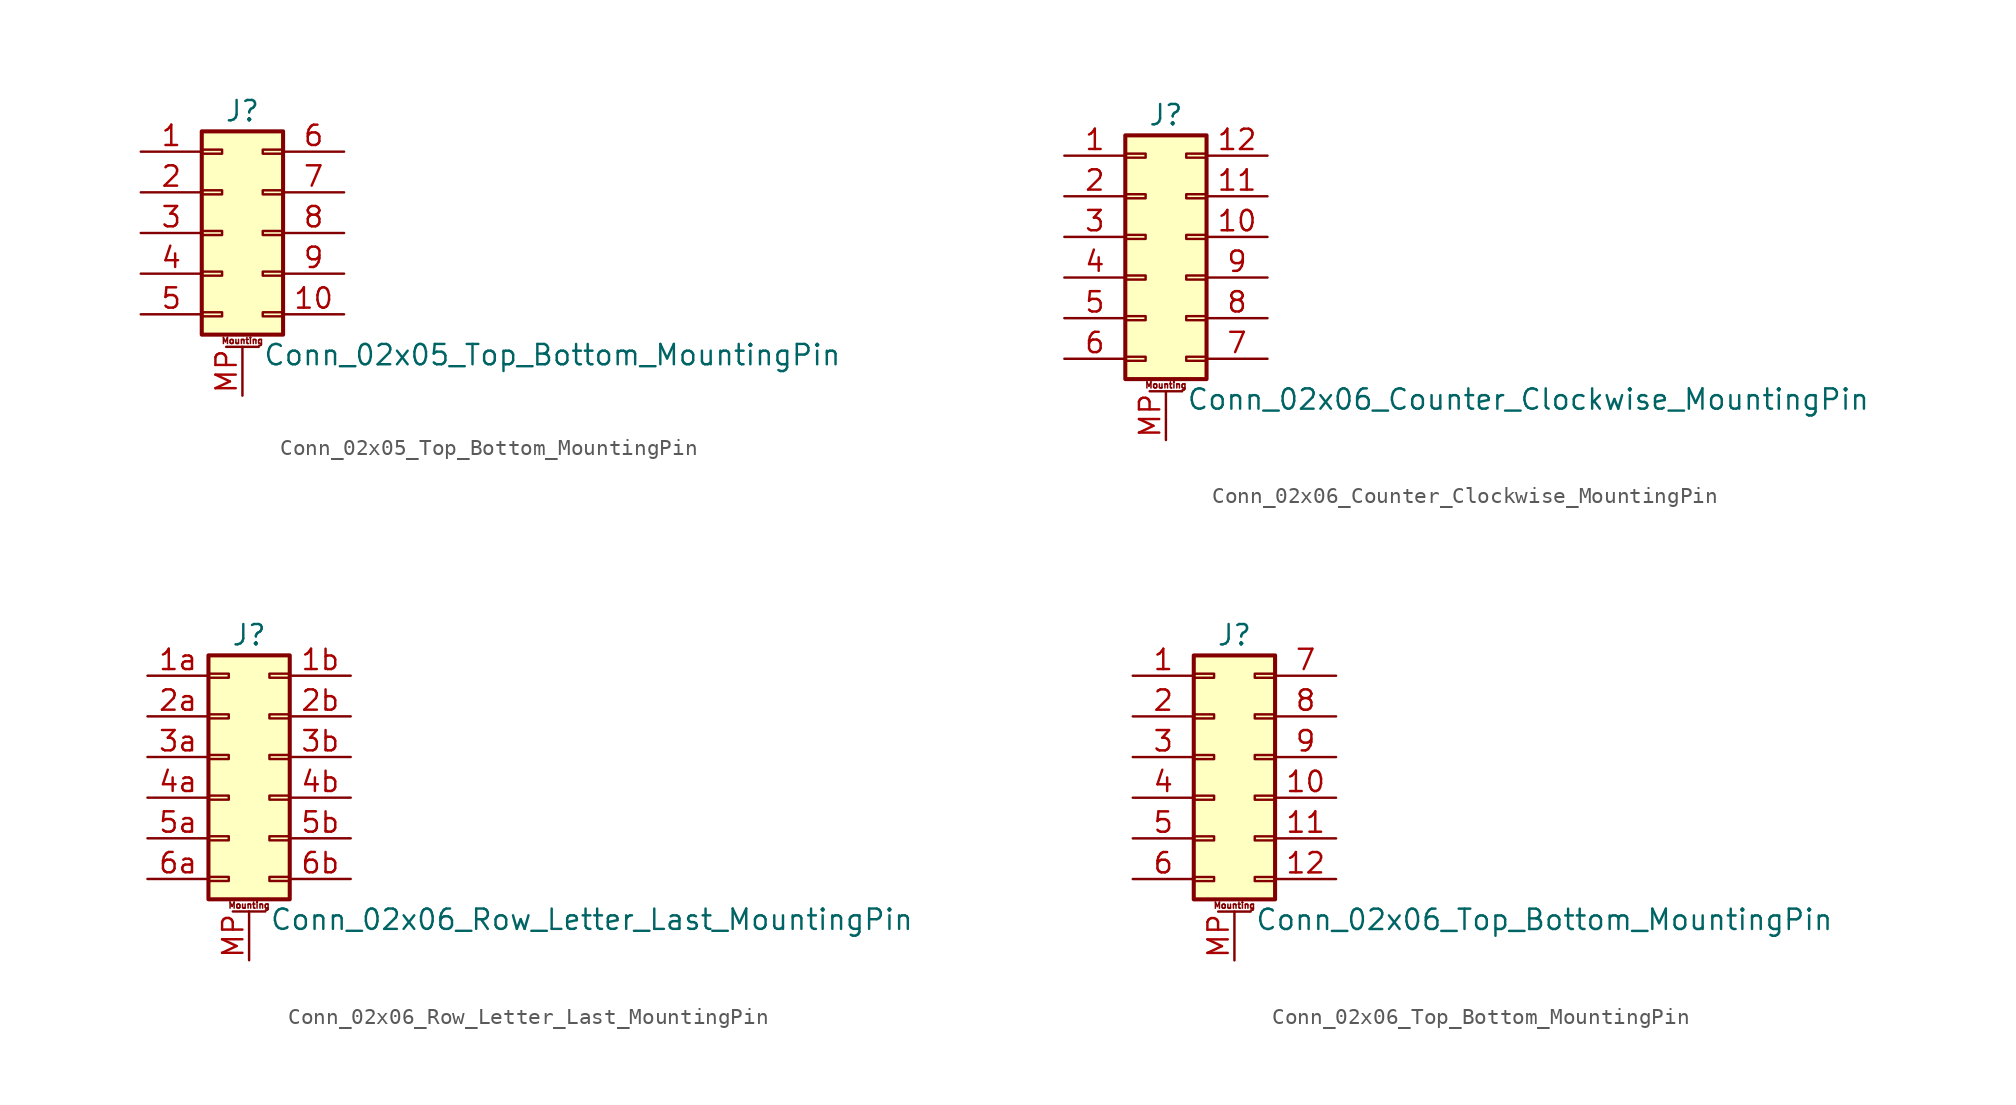
<source format=kicad_sym>
(kicad_symbol_lib
  (version 20201005)
  (generator kicad_symbol_editor)
  (symbol "Conn_02x05_Top_Bottom_MountingPin"
    (pin_names
      (offset 1.016) hide)
    (property "Reference" "J"
      (at 1.27 7.62 0)
      (effects (font (size 1.27 1.27))))
    (property "Value" "Conn_02x05_Top_Bottom_MountingPin"
      (at 2.54 -7.62 0)
      (effects (font (size 1.27 1.27)) (justify left)))
    (symbol "Conn_02x05_Top_Bottom_MountingPin_1_1"
      (text "Mounting" (at 1.27 -6.731 0) (effects (font (size 0.381 0.381))))
      (rectangle (start -1.27 -4.953) (end 0 -5.207) (stroke (width 0.152)) (fill (type none)))
      (rectangle (start -1.27 -2.413) (end 0 -2.667) (stroke (width 0.152)) (fill (type none)))
      (rectangle (start -1.27 0.127) (end 0 -0.127) (stroke (width 0.152)) (fill (type none)))
      (rectangle (start -1.27 2.667) (end 0 2.413) (stroke (width 0.152)) (fill (type none)))
      (rectangle (start -1.27 5.207) (end 0 4.953) (stroke (width 0.152)) (fill (type none)))
      (rectangle (start 3.81 -4.953) (end 2.54 -5.207) (stroke (width 0.152)) (fill (type none)))
      (rectangle (start 3.81 -2.413) (end 2.54 -2.667) (stroke (width 0.152)) (fill (type none)))
      (rectangle (start 3.81 0.127) (end 2.54 -0.127) (stroke (width 0.152)) (fill (type none)))
      (rectangle (start 3.81 2.667) (end 2.54 2.413) (stroke (width 0.152)) (fill (type none)))
      (rectangle (start 3.81 5.207) (end 2.54 4.953) (stroke (width 0.152)) (fill (type none)))
      (rectangle (start -1.27 6.35) (end 3.81 -6.35) (stroke (width 0.254)) (fill (type background)))
      (polyline (pts (xy 0.254 -7.112) (xy 2.286 -7.112)) (stroke (width 0.152)) (fill (type none)))
      (pin passive line (at -5.08 5.08 0) (length 3.81) (name "Pin_1" (effects (font (size 1.27 1.27)))) (number "1" (effects (font (size 1.27 1.27)))))
      (pin passive line (at 7.62 -5.08 180) (length 3.81) (name "Pin_10" (effects (font (size 1.27 1.27)))) (number "10" (effects (font (size 1.27 1.27)))))
      (pin passive line (at -5.08 2.54 0) (length 3.81) (name "Pin_2" (effects (font (size 1.27 1.27)))) (number "2" (effects (font (size 1.27 1.27)))))
      (pin passive line (at -5.08 0 0) (length 3.81) (name "Pin_3" (effects (font (size 1.27 1.27)))) (number "3" (effects (font (size 1.27 1.27)))))
      (pin passive line (at -5.08 -2.54 0) (length 3.81) (name "Pin_4" (effects (font (size 1.27 1.27)))) (number "4" (effects (font (size 1.27 1.27)))))
      (pin passive line (at -5.08 -5.08 0) (length 3.81) (name "Pin_5" (effects (font (size 1.27 1.27)))) (number "5" (effects (font (size 1.27 1.27)))))
      (pin passive line (at 7.62 5.08 180) (length 3.81) (name "Pin_6" (effects (font (size 1.27 1.27)))) (number "6" (effects (font (size 1.27 1.27)))))
      (pin passive line (at 7.62 2.54 180) (length 3.81) (name "Pin_7" (effects (font (size 1.27 1.27)))) (number "7" (effects (font (size 1.27 1.27)))))
      (pin passive line (at 7.62 0 180) (length 3.81) (name "Pin_8" (effects (font (size 1.27 1.27)))) (number "8" (effects (font (size 1.27 1.27)))))
      (pin passive line (at 7.62 -2.54 180) (length 3.81) (name "Pin_9" (effects (font (size 1.27 1.27)))) (number "9" (effects (font (size 1.27 1.27)))))
      (pin passive line (at 1.27 -10.16 90) (length 3.048) (name "MountPin" (effects (font (size 1.27 1.27)))) (number "MP" (effects (font (size 1.27 1.27)))))))
  (symbol "Conn_02x06_Counter_Clockwise_MountingPin"
    (pin_names
      (offset 1.016) hide)
    (property "Reference" "J"
      (at 1.27 7.62 0)
      (effects (font (size 1.27 1.27))))
    (property "Value" "Conn_02x06_Counter_Clockwise_MountingPin"
      (at 2.54 -10.16 0)
      (effects (font (size 1.27 1.27)) (justify left)))
    (symbol "Conn_02x06_Counter_Clockwise_MountingPin_1_1"
      (text "Mounting" (at 1.27 -9.271 0) (effects (font (size 0.381 0.381))))
      (rectangle (start -1.27 -7.493) (end 0 -7.747) (stroke (width 0.152)) (fill (type none)))
      (rectangle (start -1.27 -4.953) (end 0 -5.207) (stroke (width 0.152)) (fill (type none)))
      (rectangle (start -1.27 -2.413) (end 0 -2.667) (stroke (width 0.152)) (fill (type none)))
      (rectangle (start -1.27 0.127) (end 0 -0.127) (stroke (width 0.152)) (fill (type none)))
      (rectangle (start -1.27 2.667) (end 0 2.413) (stroke (width 0.152)) (fill (type none)))
      (rectangle (start -1.27 5.207) (end 0 4.953) (stroke (width 0.152)) (fill (type none)))
      (rectangle (start 3.81 -7.493) (end 2.54 -7.747) (stroke (width 0.152)) (fill (type none)))
      (rectangle (start 3.81 -4.953) (end 2.54 -5.207) (stroke (width 0.152)) (fill (type none)))
      (rectangle (start 3.81 -2.413) (end 2.54 -2.667) (stroke (width 0.152)) (fill (type none)))
      (rectangle (start 3.81 0.127) (end 2.54 -0.127) (stroke (width 0.152)) (fill (type none)))
      (rectangle (start 3.81 2.667) (end 2.54 2.413) (stroke (width 0.152)) (fill (type none)))
      (rectangle (start 3.81 5.207) (end 2.54 4.953) (stroke (width 0.152)) (fill (type none)))
      (rectangle (start -1.27 6.35) (end 3.81 -8.89) (stroke (width 0.254)) (fill (type background)))
      (polyline (pts (xy 0.254 -9.652) (xy 2.286 -9.652)) (stroke (width 0.152)) (fill (type none)))
      (pin passive line (at -5.08 5.08 0) (length 3.81) (name "Pin_1" (effects (font (size 1.27 1.27)))) (number "1" (effects (font (size 1.27 1.27)))))
      (pin passive line (at 7.62 0 180) (length 3.81) (name "Pin_10" (effects (font (size 1.27 1.27)))) (number "10" (effects (font (size 1.27 1.27)))))
      (pin passive line (at 7.62 2.54 180) (length 3.81) (name "Pin_11" (effects (font (size 1.27 1.27)))) (number "11" (effects (font (size 1.27 1.27)))))
      (pin passive line (at 7.62 5.08 180) (length 3.81) (name "Pin_12" (effects (font (size 1.27 1.27)))) (number "12" (effects (font (size 1.27 1.27)))))
      (pin passive line (at -5.08 2.54 0) (length 3.81) (name "Pin_2" (effects (font (size 1.27 1.27)))) (number "2" (effects (font (size 1.27 1.27)))))
      (pin passive line (at -5.08 0 0) (length 3.81) (name "Pin_3" (effects (font (size 1.27 1.27)))) (number "3" (effects (font (size 1.27 1.27)))))
      (pin passive line (at -5.08 -2.54 0) (length 3.81) (name "Pin_4" (effects (font (size 1.27 1.27)))) (number "4" (effects (font (size 1.27 1.27)))))
      (pin passive line (at -5.08 -5.08 0) (length 3.81) (name "Pin_5" (effects (font (size 1.27 1.27)))) (number "5" (effects (font (size 1.27 1.27)))))
      (pin passive line (at -5.08 -7.62 0) (length 3.81) (name "Pin_6" (effects (font (size 1.27 1.27)))) (number "6" (effects (font (size 1.27 1.27)))))
      (pin passive line (at 7.62 -7.62 180) (length 3.81) (name "Pin_7" (effects (font (size 1.27 1.27)))) (number "7" (effects (font (size 1.27 1.27)))))
      (pin passive line (at 7.62 -5.08 180) (length 3.81) (name "Pin_8" (effects (font (size 1.27 1.27)))) (number "8" (effects (font (size 1.27 1.27)))))
      (pin passive line (at 7.62 -2.54 180) (length 3.81) (name "Pin_9" (effects (font (size 1.27 1.27)))) (number "9" (effects (font (size 1.27 1.27)))))
      (pin passive line (at 1.27 -12.7 90) (length 3.048) (name "MountPin" (effects (font (size 1.27 1.27)))) (number "MP" (effects (font (size 1.27 1.27)))))))
  (symbol "Conn_02x06_Row_Letter_Last_MountingPin"
    (pin_names
      (offset 1.016) hide)
    (property "Reference" "J"
      (at 1.27 7.62 0)
      (effects (font (size 1.27 1.27))))
    (property "Value" "Conn_02x06_Row_Letter_Last_MountingPin"
      (at 2.54 -10.16 0)
      (effects (font (size 1.27 1.27)) (justify left)))
    (symbol "Conn_02x06_Row_Letter_Last_MountingPin_1_1"
      (text "Mounting" (at 1.27 -9.271 0) (effects (font (size 0.381 0.381))))
      (rectangle (start -1.27 -7.493) (end 0 -7.747) (stroke (width 0.152)) (fill (type none)))
      (rectangle (start -1.27 -4.953) (end 0 -5.207) (stroke (width 0.152)) (fill (type none)))
      (rectangle (start -1.27 -2.413) (end 0 -2.667) (stroke (width 0.152)) (fill (type none)))
      (rectangle (start -1.27 0.127) (end 0 -0.127) (stroke (width 0.152)) (fill (type none)))
      (rectangle (start -1.27 2.667) (end 0 2.413) (stroke (width 0.152)) (fill (type none)))
      (rectangle (start -1.27 5.207) (end 0 4.953) (stroke (width 0.152)) (fill (type none)))
      (rectangle (start 3.81 -7.493) (end 2.54 -7.747) (stroke (width 0.152)) (fill (type none)))
      (rectangle (start 3.81 -4.953) (end 2.54 -5.207) (stroke (width 0.152)) (fill (type none)))
      (rectangle (start 3.81 -2.413) (end 2.54 -2.667) (stroke (width 0.152)) (fill (type none)))
      (rectangle (start 3.81 0.127) (end 2.54 -0.127) (stroke (width 0.152)) (fill (type none)))
      (rectangle (start 3.81 2.667) (end 2.54 2.413) (stroke (width 0.152)) (fill (type none)))
      (rectangle (start 3.81 5.207) (end 2.54 4.953) (stroke (width 0.152)) (fill (type none)))
      (rectangle (start -1.27 6.35) (end 3.81 -8.89) (stroke (width 0.254)) (fill (type background)))
      (polyline (pts (xy 0.254 -9.652) (xy 2.286 -9.652)) (stroke (width 0.152)) (fill (type none)))
      (pin passive line (at -5.08 5.08 0) (length 3.81) (name "Pin_1a" (effects (font (size 1.27 1.27)))) (number "1a" (effects (font (size 1.27 1.27)))))
      (pin passive line (at 7.62 5.08 180) (length 3.81) (name "Pin_1b" (effects (font (size 1.27 1.27)))) (number "1b" (effects (font (size 1.27 1.27)))))
      (pin passive line (at -5.08 2.54 0) (length 3.81) (name "Pin_2a" (effects (font (size 1.27 1.27)))) (number "2a" (effects (font (size 1.27 1.27)))))
      (pin passive line (at 7.62 2.54 180) (length 3.81) (name "Pin_2b" (effects (font (size 1.27 1.27)))) (number "2b" (effects (font (size 1.27 1.27)))))
      (pin passive line (at -5.08 0 0) (length 3.81) (name "Pin_3a" (effects (font (size 1.27 1.27)))) (number "3a" (effects (font (size 1.27 1.27)))))
      (pin passive line (at 7.62 0 180) (length 3.81) (name "Pin_3b" (effects (font (size 1.27 1.27)))) (number "3b" (effects (font (size 1.27 1.27)))))
      (pin passive line (at -5.08 -2.54 0) (length 3.81) (name "Pin_4a" (effects (font (size 1.27 1.27)))) (number "4a" (effects (font (size 1.27 1.27)))))
      (pin passive line (at 7.62 -2.54 180) (length 3.81) (name "Pin_4b" (effects (font (size 1.27 1.27)))) (number "4b" (effects (font (size 1.27 1.27)))))
      (pin passive line (at -5.08 -5.08 0) (length 3.81) (name "Pin_5a" (effects (font (size 1.27 1.27)))) (number "5a" (effects (font (size 1.27 1.27)))))
      (pin passive line (at 7.62 -5.08 180) (length 3.81) (name "Pin_5b" (effects (font (size 1.27 1.27)))) (number "5b" (effects (font (size 1.27 1.27)))))
      (pin passive line (at -5.08 -7.62 0) (length 3.81) (name "Pin_6a" (effects (font (size 1.27 1.27)))) (number "6a" (effects (font (size 1.27 1.27)))))
      (pin passive line (at 7.62 -7.62 180) (length 3.81) (name "Pin_6b" (effects (font (size 1.27 1.27)))) (number "6b" (effects (font (size 1.27 1.27)))))
      (pin passive line (at 1.27 -12.7 90) (length 3.048) (name "MountPin" (effects (font (size 1.27 1.27)))) (number "MP" (effects (font (size 1.27 1.27)))))))
  (symbol "Conn_02x06_Top_Bottom_MountingPin"
    (pin_names
      (offset 1.016) hide)
    (property "Reference" "J"
      (at 1.27 7.62 0)
      (effects (font (size 1.27 1.27))))
    (property "Value" "Conn_02x06_Top_Bottom_MountingPin"
      (at 2.54 -10.16 0)
      (effects (font (size 1.27 1.27)) (justify left)))
    (symbol "Conn_02x06_Top_Bottom_MountingPin_1_1"
      (text "Mounting" (at 1.27 -9.271 0) (effects (font (size 0.381 0.381))))
      (rectangle (start -1.27 -7.493) (end 0 -7.747) (stroke (width 0.152)) (fill (type none)))
      (rectangle (start -1.27 -4.953) (end 0 -5.207) (stroke (width 0.152)) (fill (type none)))
      (rectangle (start -1.27 -2.413) (end 0 -2.667) (stroke (width 0.152)) (fill (type none)))
      (rectangle (start -1.27 0.127) (end 0 -0.127) (stroke (width 0.152)) (fill (type none)))
      (rectangle (start -1.27 2.667) (end 0 2.413) (stroke (width 0.152)) (fill (type none)))
      (rectangle (start -1.27 5.207) (end 0 4.953) (stroke (width 0.152)) (fill (type none)))
      (rectangle (start 3.81 -7.493) (end 2.54 -7.747) (stroke (width 0.152)) (fill (type none)))
      (rectangle (start 3.81 -4.953) (end 2.54 -5.207) (stroke (width 0.152)) (fill (type none)))
      (rectangle (start 3.81 -2.413) (end 2.54 -2.667) (stroke (width 0.152)) (fill (type none)))
      (rectangle (start 3.81 0.127) (end 2.54 -0.127) (stroke (width 0.152)) (fill (type none)))
      (rectangle (start 3.81 2.667) (end 2.54 2.413) (stroke (width 0.152)) (fill (type none)))
      (rectangle (start 3.81 5.207) (end 2.54 4.953) (stroke (width 0.152)) (fill (type none)))
      (rectangle (start -1.27 6.35) (end 3.81 -8.89) (stroke (width 0.254)) (fill (type background)))
      (polyline (pts (xy 0.254 -9.652) (xy 2.286 -9.652)) (stroke (width 0.152)) (fill (type none)))
      (pin passive line (at -5.08 5.08 0) (length 3.81) (name "Pin_1" (effects (font (size 1.27 1.27)))) (number "1" (effects (font (size 1.27 1.27)))))
      (pin passive line (at 7.62 -2.54 180) (length 3.81) (name "Pin_10" (effects (font (size 1.27 1.27)))) (number "10" (effects (font (size 1.27 1.27)))))
      (pin passive line (at 7.62 -5.08 180) (length 3.81) (name "Pin_11" (effects (font (size 1.27 1.27)))) (number "11" (effects (font (size 1.27 1.27)))))
      (pin passive line (at 7.62 -7.62 180) (length 3.81) (name "Pin_12" (effects (font (size 1.27 1.27)))) (number "12" (effects (font (size 1.27 1.27)))))
      (pin passive line (at -5.08 2.54 0) (length 3.81) (name "Pin_2" (effects (font (size 1.27 1.27)))) (number "2" (effects (font (size 1.27 1.27)))))
      (pin passive line (at -5.08 0 0) (length 3.81) (name "Pin_3" (effects (font (size 1.27 1.27)))) (number "3" (effects (font (size 1.27 1.27)))))
      (pin passive line (at -5.08 -2.54 0) (length 3.81) (name "Pin_4" (effects (font (size 1.27 1.27)))) (number "4" (effects (font (size 1.27 1.27)))))
      (pin passive line (at -5.08 -5.08 0) (length 3.81) (name "Pin_5" (effects (font (size 1.27 1.27)))) (number "5" (effects (font (size 1.27 1.27)))))
      (pin passive line (at -5.08 -7.62 0) (length 3.81) (name "Pin_6" (effects (font (size 1.27 1.27)))) (number "6" (effects (font (size 1.27 1.27)))))
      (pin passive line (at 7.62 5.08 180) (length 3.81) (name "Pin_7" (effects (font (size 1.27 1.27)))) (number "7" (effects (font (size 1.27 1.27)))))
      (pin passive line (at 7.62 2.54 180) (length 3.81) (name "Pin_8" (effects (font (size 1.27 1.27)))) (number "8" (effects (font (size 1.27 1.27)))))
      (pin passive line (at 7.62 0 180) (length 3.81) (name "Pin_9" (effects (font (size 1.27 1.27)))) (number "9" (effects (font (size 1.27 1.27)))))
      (pin passive line (at 1.27 -12.7 90) (length 3.048) (name "MountPin" (effects (font (size 1.27 1.27)))) (number "MP" (effects (font (size 1.27 1.27))))))))
</source>
